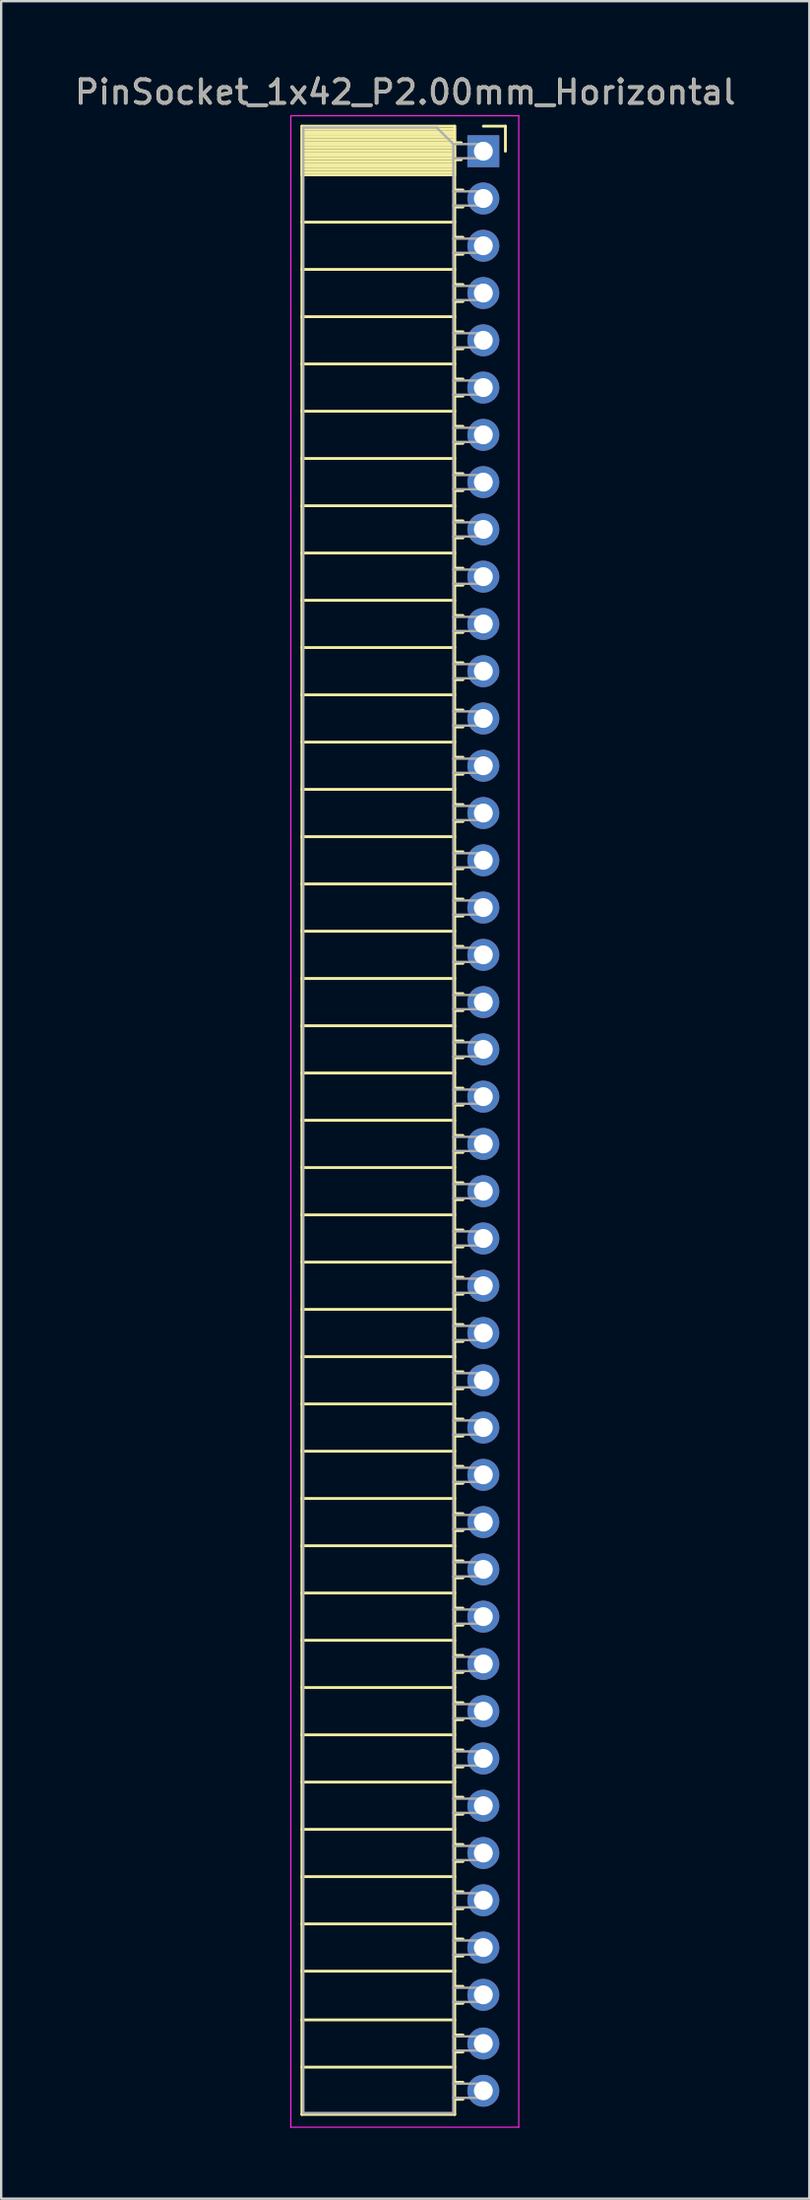
<source format=kicad_pcb>
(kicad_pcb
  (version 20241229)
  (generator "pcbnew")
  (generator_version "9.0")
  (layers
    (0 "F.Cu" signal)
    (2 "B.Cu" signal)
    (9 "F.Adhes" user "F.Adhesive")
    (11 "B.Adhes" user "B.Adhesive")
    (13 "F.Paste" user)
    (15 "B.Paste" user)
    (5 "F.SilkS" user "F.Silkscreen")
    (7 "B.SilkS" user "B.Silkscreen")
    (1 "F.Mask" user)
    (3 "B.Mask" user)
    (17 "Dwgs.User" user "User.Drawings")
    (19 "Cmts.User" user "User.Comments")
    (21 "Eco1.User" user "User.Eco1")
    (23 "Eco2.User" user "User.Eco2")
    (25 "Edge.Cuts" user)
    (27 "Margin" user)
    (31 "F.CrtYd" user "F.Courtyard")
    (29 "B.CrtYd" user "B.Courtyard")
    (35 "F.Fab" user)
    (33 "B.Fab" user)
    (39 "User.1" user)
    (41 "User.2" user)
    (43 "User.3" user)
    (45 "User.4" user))
  (footprint "PinSocket_1x42_P2.00mm_Horizontal"
    (layer "F.Cu")
    (at 17.411 3.348)
    (property "Reference" "PinSocket_1x42_P2.00mm_Horizontal" (at -3.31 -2.5 0) (layer "F.SilkS") (effects (font (size 1 1) (thickness 0.15))))
    (attr through_hole)
    (fp_line (start -7.68 -1.06) (end -7.68 83.06) (stroke (width 0.12) (type solid)) (layer "F.SilkS"))
    (fp_line (start -7.68 -1.06) (end -1.21 -1.06) (stroke (width 0.12) (type solid)) (layer "F.SilkS"))
    (fp_line (start -7.68 -0.94) (end -1.21 -0.94) (stroke (width 0.12) (type solid)) (layer "F.SilkS"))
    (fp_line (start -7.68 -0.826) (end -1.21 -0.826) (stroke (width 0.12) (type solid)) (layer "F.SilkS"))
    (fp_line (start -7.68 -0.712) (end -1.21 -0.712) (stroke (width 0.12) (type solid)) (layer "F.SilkS"))
    (fp_line (start -7.68 -0.598) (end -1.21 -0.598) (stroke (width 0.12) (type solid)) (layer "F.SilkS"))
    (fp_line (start -7.68 -0.484) (end -1.21 -0.484) (stroke (width 0.12) (type solid)) (layer "F.SilkS"))
    (fp_line (start -7.68 -0.369) (end -1.21 -0.369) (stroke (width 0.12) (type solid)) (layer "F.SilkS"))
    (fp_line (start -7.68 -0.255) (end -1.21 -0.255) (stroke (width 0.12) (type solid)) (layer "F.SilkS"))
    (fp_line (start -7.68 -0.141) (end -1.21 -0.141) (stroke (width 0.12) (type solid)) (layer "F.SilkS"))
    (fp_line (start -7.68 -0.027) (end -1.21 -0.027) (stroke (width 0.12) (type solid)) (layer "F.SilkS"))
    (fp_line (start -7.68 0.087) (end -1.21 0.087) (stroke (width 0.12) (type solid)) (layer "F.SilkS"))
    (fp_line (start -7.68 0.201) (end -1.21 0.201) (stroke (width 0.12) (type solid)) (layer "F.SilkS"))
    (fp_line (start -7.68 0.315) (end -1.21 0.315) (stroke (width 0.12) (type solid)) (layer "F.SilkS"))
    (fp_line (start -7.68 0.429) (end -1.21 0.429) (stroke (width 0.12) (type solid)) (layer "F.SilkS"))
    (fp_line (start -7.68 0.544) (end -1.21 0.544) (stroke (width 0.12) (type solid)) (layer "F.SilkS"))
    (fp_line (start -7.68 0.658) (end -1.21 0.658) (stroke (width 0.12) (type solid)) (layer "F.SilkS"))
    (fp_line (start -7.68 0.772) (end -1.21 0.772) (stroke (width 0.12) (type solid)) (layer "F.SilkS"))
    (fp_line (start -7.68 0.886) (end -1.21 0.886) (stroke (width 0.12) (type solid)) (layer "F.SilkS"))
    (fp_line (start -7.68 1) (end -1.21 1) (stroke (width 0.12) (type solid)) (layer "F.SilkS"))
    (fp_line (start -7.68 3) (end -1.21 3) (stroke (width 0.12) (type solid)) (layer "F.SilkS"))
    (fp_line (start -7.68 5) (end -1.21 5) (stroke (width 0.12) (type solid)) (layer "F.SilkS"))
    (fp_line (start -7.68 7) (end -1.21 7) (stroke (width 0.12) (type solid)) (layer "F.SilkS"))
    (fp_line (start -7.68 9) (end -1.21 9) (stroke (width 0.12) (type solid)) (layer "F.SilkS"))
    (fp_line (start -7.68 11) (end -1.21 11) (stroke (width 0.12) (type solid)) (layer "F.SilkS"))
    (fp_line (start -7.68 13) (end -1.21 13) (stroke (width 0.12) (type solid)) (layer "F.SilkS"))
    (fp_line (start -7.68 15) (end -1.21 15) (stroke (width 0.12) (type solid)) (layer "F.SilkS"))
    (fp_line (start -7.68 17) (end -1.21 17) (stroke (width 0.12) (type solid)) (layer "F.SilkS"))
    (fp_line (start -7.68 19) (end -1.21 19) (stroke (width 0.12) (type solid)) (layer "F.SilkS"))
    (fp_line (start -7.68 21) (end -1.21 21) (stroke (width 0.12) (type solid)) (layer "F.SilkS"))
    (fp_line (start -7.68 23) (end -1.21 23) (stroke (width 0.12) (type solid)) (layer "F.SilkS"))
    (fp_line (start -7.68 25) (end -1.21 25) (stroke (width 0.12) (type solid)) (layer "F.SilkS"))
    (fp_line (start -7.68 27) (end -1.21 27) (stroke (width 0.12) (type solid)) (layer "F.SilkS"))
    (fp_line (start -7.68 29) (end -1.21 29) (stroke (width 0.12) (type solid)) (layer "F.SilkS"))
    (fp_line (start -7.68 31) (end -1.21 31) (stroke (width 0.12) (type solid)) (layer "F.SilkS"))
    (fp_line (start -7.68 33) (end -1.21 33) (stroke (width 0.12) (type solid)) (layer "F.SilkS"))
    (fp_line (start -7.68 35) (end -1.21 35) (stroke (width 0.12) (type solid)) (layer "F.SilkS"))
    (fp_line (start -7.68 37) (end -1.21 37) (stroke (width 0.12) (type solid)) (layer "F.SilkS"))
    (fp_line (start -7.68 39) (end -1.21 39) (stroke (width 0.12) (type solid)) (layer "F.SilkS"))
    (fp_line (start -7.68 41) (end -1.21 41) (stroke (width 0.12) (type solid)) (layer "F.SilkS"))
    (fp_line (start -7.68 43) (end -1.21 43) (stroke (width 0.12) (type solid)) (layer "F.SilkS"))
    (fp_line (start -7.68 45) (end -1.21 45) (stroke (width 0.12) (type solid)) (layer "F.SilkS"))
    (fp_line (start -7.68 47) (end -1.21 47) (stroke (width 0.12) (type solid)) (layer "F.SilkS"))
    (fp_line (start -7.68 49) (end -1.21 49) (stroke (width 0.12) (type solid)) (layer "F.SilkS"))
    (fp_line (start -7.68 51) (end -1.21 51) (stroke (width 0.12) (type solid)) (layer "F.SilkS"))
    (fp_line (start -7.68 53) (end -1.21 53) (stroke (width 0.12) (type solid)) (layer "F.SilkS"))
    (fp_line (start -7.68 55) (end -1.21 55) (stroke (width 0.12) (type solid)) (layer "F.SilkS"))
    (fp_line (start -7.68 57) (end -1.21 57) (stroke (width 0.12) (type solid)) (layer "F.SilkS"))
    (fp_line (start -7.68 59) (end -1.21 59) (stroke (width 0.12) (type solid)) (layer "F.SilkS"))
    (fp_line (start -7.68 61) (end -1.21 61) (stroke (width 0.12) (type solid)) (layer "F.SilkS"))
    (fp_line (start -7.68 63) (end -1.21 63) (stroke (width 0.12) (type solid)) (layer "F.SilkS"))
    (fp_line (start -7.68 65) (end -1.21 65) (stroke (width 0.12) (type solid)) (layer "F.SilkS"))
    (fp_line (start -7.68 67) (end -1.21 67) (stroke (width 0.12) (type solid)) (layer "F.SilkS"))
    (fp_line (start -7.68 69) (end -1.21 69) (stroke (width 0.12) (type solid)) (layer "F.SilkS"))
    (fp_line (start -7.68 71) (end -1.21 71) (stroke (width 0.12) (type solid)) (layer "F.SilkS"))
    (fp_line (start -7.68 73) (end -1.21 73) (stroke (width 0.12) (type solid)) (layer "F.SilkS"))
    (fp_line (start -7.68 75) (end -1.21 75) (stroke (width 0.12) (type solid)) (layer "F.SilkS"))
    (fp_line (start -7.68 77) (end -1.21 77) (stroke (width 0.12) (type solid)) (layer "F.SilkS"))
    (fp_line (start -7.68 79.06) (end -1.21 79.06) (stroke (width 0.12) (type solid)) (layer "F.SilkS"))
    (fp_line (start -7.68 81.06) (end -1.21 81.06) (stroke (width 0.12) (type solid)) (layer "F.SilkS"))
    (fp_line (start -7.68 83.06) (end -1.21 83.06) (stroke (width 0.12) (type solid)) (layer "F.SilkS"))
    (fp_line (start -1.21 -1.06) (end -1.21 83.06) (stroke (width 0.12) (type solid)) (layer "F.SilkS"))
    (fp_line (start -1.21 -0.36) (end -0.935 -0.36) (stroke (width 0.12) (type solid)) (layer "F.SilkS"))
    (fp_line (start -1.21 0.36) (end -0.935 0.36) (stroke (width 0.12) (type solid)) (layer "F.SilkS"))
    (fp_line (start -1.21 1.64) (end -0.863 1.64) (stroke (width 0.12) (type solid)) (layer "F.SilkS"))
    (fp_line (start -1.21 2.36) (end -0.863 2.36) (stroke (width 0.12) (type solid)) (layer "F.SilkS"))
    (fp_line (start -1.21 3.64) (end -0.863 3.64) (stroke (width 0.12) (type solid)) (layer "F.SilkS"))
    (fp_line (start -1.21 4.36) (end -0.863 4.36) (stroke (width 0.12) (type solid)) (layer "F.SilkS"))
    (fp_line (start -1.21 5.64) (end -0.863 5.64) (stroke (width 0.12) (type solid)) (layer "F.SilkS"))
    (fp_line (start -1.21 6.36) (end -0.863 6.36) (stroke (width 0.12) (type solid)) (layer "F.SilkS"))
    (fp_line (start -1.21 7.64) (end -0.863 7.64) (stroke (width 0.12) (type solid)) (layer "F.SilkS"))
    (fp_line (start -1.21 8.36) (end -0.863 8.36) (stroke (width 0.12) (type solid)) (layer "F.SilkS"))
    (fp_line (start -1.21 9.64) (end -0.863 9.64) (stroke (width 0.12) (type solid)) (layer "F.SilkS"))
    (fp_line (start -1.21 10.36) (end -0.863 10.36) (stroke (width 0.12) (type solid)) (layer "F.SilkS"))
    (fp_line (start -1.21 11.64) (end -0.863 11.64) (stroke (width 0.12) (type solid)) (layer "F.SilkS"))
    (fp_line (start -1.21 12.36) (end -0.863 12.36) (stroke (width 0.12) (type solid)) (layer "F.SilkS"))
    (fp_line (start -1.21 13.64) (end -0.863 13.64) (stroke (width 0.12) (type solid)) (layer "F.SilkS"))
    (fp_line (start -1.21 14.36) (end -0.863 14.36) (stroke (width 0.12) (type solid)) (layer "F.SilkS"))
    (fp_line (start -1.21 15.64) (end -0.863 15.64) (stroke (width 0.12) (type solid)) (layer "F.SilkS"))
    (fp_line (start -1.21 16.36) (end -0.863 16.36) (stroke (width 0.12) (type solid)) (layer "F.SilkS"))
    (fp_line (start -1.21 17.64) (end -0.863 17.64) (stroke (width 0.12) (type solid)) (layer "F.SilkS"))
    (fp_line (start -1.21 18.36) (end -0.863 18.36) (stroke (width 0.12) (type solid)) (layer "F.SilkS"))
    (fp_line (start -1.21 19.64) (end -0.863 19.64) (stroke (width 0.12) (type solid)) (layer "F.SilkS"))
    (fp_line (start -1.21 20.36) (end -0.863 20.36) (stroke (width 0.12) (type solid)) (layer "F.SilkS"))
    (fp_line (start -1.21 21.64) (end -0.863 21.64) (stroke (width 0.12) (type solid)) (layer "F.SilkS"))
    (fp_line (start -1.21 22.36) (end -0.863 22.36) (stroke (width 0.12) (type solid)) (layer "F.SilkS"))
    (fp_line (start -1.21 23.64) (end -0.863 23.64) (stroke (width 0.12) (type solid)) (layer "F.SilkS"))
    (fp_line (start -1.21 24.36) (end -0.863 24.36) (stroke (width 0.12) (type solid)) (layer "F.SilkS"))
    (fp_line (start -1.21 25.64) (end -0.863 25.64) (stroke (width 0.12) (type solid)) (layer "F.SilkS"))
    (fp_line (start -1.21 26.36) (end -0.863 26.36) (stroke (width 0.12) (type solid)) (layer "F.SilkS"))
    (fp_line (start -1.21 27.64) (end -0.863 27.64) (stroke (width 0.12) (type solid)) (layer "F.SilkS"))
    (fp_line (start -1.21 28.36) (end -0.863 28.36) (stroke (width 0.12) (type solid)) (layer "F.SilkS"))
    (fp_line (start -1.21 29.64) (end -0.863 29.64) (stroke (width 0.12) (type solid)) (layer "F.SilkS"))
    (fp_line (start -1.21 30.36) (end -0.863 30.36) (stroke (width 0.12) (type solid)) (layer "F.SilkS"))
    (fp_line (start -1.21 31.64) (end -0.863 31.64) (stroke (width 0.12) (type solid)) (layer "F.SilkS"))
    (fp_line (start -1.21 32.36) (end -0.863 32.36) (stroke (width 0.12) (type solid)) (layer "F.SilkS"))
    (fp_line (start -1.21 33.64) (end -0.863 33.64) (stroke (width 0.12) (type solid)) (layer "F.SilkS"))
    (fp_line (start -1.21 34.36) (end -0.863 34.36) (stroke (width 0.12) (type solid)) (layer "F.SilkS"))
    (fp_line (start -1.21 35.64) (end -0.863 35.64) (stroke (width 0.12) (type solid)) (layer "F.SilkS"))
    (fp_line (start -1.21 36.36) (end -0.863 36.36) (stroke (width 0.12) (type solid)) (layer "F.SilkS"))
    (fp_line (start -1.21 37.64) (end -0.863 37.64) (stroke (width 0.12) (type solid)) (layer "F.SilkS"))
    (fp_line (start -1.21 38.36) (end -0.863 38.36) (stroke (width 0.12) (type solid)) (layer "F.SilkS"))
    (fp_line (start -1.21 39.64) (end -0.863 39.64) (stroke (width 0.12) (type solid)) (layer "F.SilkS"))
    (fp_line (start -1.21 40.36) (end -0.863 40.36) (stroke (width 0.12) (type solid)) (layer "F.SilkS"))
    (fp_line (start -1.21 41.64) (end -0.863 41.64) (stroke (width 0.12) (type solid)) (layer "F.SilkS"))
    (fp_line (start -1.21 42.36) (end -0.863 42.36) (stroke (width 0.12) (type solid)) (layer "F.SilkS"))
    (fp_line (start -1.21 43.64) (end -0.863 43.64) (stroke (width 0.12) (type solid)) (layer "F.SilkS"))
    (fp_line (start -1.21 44.36) (end -0.863 44.36) (stroke (width 0.12) (type solid)) (layer "F.SilkS"))
    (fp_line (start -1.21 45.64) (end -0.863 45.64) (stroke (width 0.12) (type solid)) (layer "F.SilkS"))
    (fp_line (start -1.21 46.36) (end -0.863 46.36) (stroke (width 0.12) (type solid)) (layer "F.SilkS"))
    (fp_line (start -1.21 47.64) (end -0.863 47.64) (stroke (width 0.12) (type solid)) (layer "F.SilkS"))
    (fp_line (start -1.21 48.36) (end -0.863 48.36) (stroke (width 0.12) (type solid)) (layer "F.SilkS"))
    (fp_line (start -1.21 49.64) (end -0.863 49.64) (stroke (width 0.12) (type solid)) (layer "F.SilkS"))
    (fp_line (start -1.21 50.36) (end -0.863 50.36) (stroke (width 0.12) (type solid)) (layer "F.SilkS"))
    (fp_line (start -1.21 51.64) (end -0.863 51.64) (stroke (width 0.12) (type solid)) (layer "F.SilkS"))
    (fp_line (start -1.21 52.36) (end -0.863 52.36) (stroke (width 0.12) (type solid)) (layer "F.SilkS"))
    (fp_line (start -1.21 53.64) (end -0.863 53.64) (stroke (width 0.12) (type solid)) (layer "F.SilkS"))
    (fp_line (start -1.21 54.36) (end -0.863 54.36) (stroke (width 0.12) (type solid)) (layer "F.SilkS"))
    (fp_line (start -1.21 55.64) (end -0.863 55.64) (stroke (width 0.12) (type solid)) (layer "F.SilkS"))
    (fp_line (start -1.21 56.36) (end -0.863 56.36) (stroke (width 0.12) (type solid)) (layer "F.SilkS"))
    (fp_line (start -1.21 57.64) (end -0.863 57.64) (stroke (width 0.12) (type solid)) (layer "F.SilkS"))
    (fp_line (start -1.21 58.36) (end -0.863 58.36) (stroke (width 0.12) (type solid)) (layer "F.SilkS"))
    (fp_line (start -1.21 59.64) (end -0.863 59.64) (stroke (width 0.12) (type solid)) (layer "F.SilkS"))
    (fp_line (start -1.21 60.36) (end -0.863 60.36) (stroke (width 0.12) (type solid)) (layer "F.SilkS"))
    (fp_line (start -1.21 61.64) (end -0.863 61.64) (stroke (width 0.12) (type solid)) (layer "F.SilkS"))
    (fp_line (start -1.21 62.36) (end -0.863 62.36) (stroke (width 0.12) (type solid)) (layer "F.SilkS"))
    (fp_line (start -1.21 63.64) (end -0.863 63.64) (stroke (width 0.12) (type solid)) (layer "F.SilkS"))
    (fp_line (start -1.21 64.36) (end -0.863 64.36) (stroke (width 0.12) (type solid)) (layer "F.SilkS"))
    (fp_line (start -1.21 65.64) (end -0.863 65.64) (stroke (width 0.12) (type solid)) (layer "F.SilkS"))
    (fp_line (start -1.21 66.36) (end -0.863 66.36) (stroke (width 0.12) (type solid)) (layer "F.SilkS"))
    (fp_line (start -1.21 67.64) (end -0.863 67.64) (stroke (width 0.12) (type solid)) (layer "F.SilkS"))
    (fp_line (start -1.21 68.36) (end -0.863 68.36) (stroke (width 0.12) (type solid)) (layer "F.SilkS"))
    (fp_line (start -1.21 69.64) (end -0.863 69.64) (stroke (width 0.12) (type solid)) (layer "F.SilkS"))
    (fp_line (start -1.21 70.36) (end -0.863 70.36) (stroke (width 0.12) (type solid)) (layer "F.SilkS"))
    (fp_line (start -1.21 71.64) (end -0.863 71.64) (stroke (width 0.12) (type solid)) (layer "F.SilkS"))
    (fp_line (start -1.21 72.36) (end -0.863 72.36) (stroke (width 0.12) (type solid)) (layer "F.SilkS"))
    (fp_line (start -1.21 73.64) (end -0.863 73.64) (stroke (width 0.12) (type solid)) (layer "F.SilkS"))
    (fp_line (start -1.21 74.36) (end -0.863 74.36) (stroke (width 0.12) (type solid)) (layer "F.SilkS"))
    (fp_line (start -1.21 75.64) (end -0.863 75.64) (stroke (width 0.12) (type solid)) (layer "F.SilkS"))
    (fp_line (start -1.21 76.36) (end -0.863 76.36) (stroke (width 0.12) (type solid)) (layer "F.SilkS"))
    (fp_line (start -1.21 77.64) (end -0.863 77.64) (stroke (width 0.12) (type solid)) (layer "F.SilkS"))
    (fp_line (start -1.21 78.36) (end -0.863 78.36) (stroke (width 0.12) (type solid)) (layer "F.SilkS"))
    (fp_line (start -1.21 79.7) (end -0.863 79.7) (stroke (width 0.12) (type solid)) (layer "F.SilkS"))
    (fp_line (start -1.21 80.42) (end -0.863 80.42) (stroke (width 0.12) (type solid)) (layer "F.SilkS"))
    (fp_line (start -1.21 81.7) (end -0.863 81.7) (stroke (width 0.12) (type solid)) (layer "F.SilkS"))
    (fp_line (start -1.21 82.42) (end -0.863 82.42) (stroke (width 0.12) (type solid)) (layer "F.SilkS"))
    (fp_line (start 0 -1.06) (end 0.935 -1.06) (stroke (width 0.12) (type solid)) (layer "F.SilkS"))
    (fp_line (start 0.935 -1.06) (end 0.935 0) (stroke (width 0.12) (type solid)) (layer "F.SilkS"))
    (fp_line (start -8.15 -1.5) (end -8.15 83.6) (stroke (width 0.05) (type solid)) (layer "F.CrtYd"))
    (fp_line (start -8.15 83.6) (end 1.5 83.6) (stroke (width 0.05) (type solid)) (layer "F.CrtYd"))
    (fp_line (start 1.5 -1.5) (end -8.15 -1.5) (stroke (width 0.05) (type solid)) (layer "F.CrtYd"))
    (fp_line (start 1.5 83.6) (end 1.5 -1.5) (stroke (width 0.05) (type solid)) (layer "F.CrtYd"))
    (fp_line (start -7.62 -1) (end -1.97 -1) (stroke (width 0.1) (type solid)) (layer "F.Fab"))
    (fp_line (start -7.62 83) (end -7.62 -1) (stroke (width 0.1) (type solid)) (layer "F.Fab"))
    (fp_line (start -1.97 -1) (end -1.27 -0.3) (stroke (width 0.1) (type solid)) (layer "F.Fab"))
    (fp_line (start -1.27 -0.3) (end -1.27 83) (stroke (width 0.1) (type solid)) (layer "F.Fab"))
    (fp_line (start -1.27 0.3) (end 0 0.3) (stroke (width 0.1) (type solid)) (layer "F.Fab"))
    (fp_line (start -1.27 2.3) (end 0 2.3) (stroke (width 0.1) (type solid)) (layer "F.Fab"))
    (fp_line (start -1.27 4.3) (end 0 4.3) (stroke (width 0.1) (type solid)) (layer "F.Fab"))
    (fp_line (start -1.27 6.3) (end 0 6.3) (stroke (width 0.1) (type solid)) (layer "F.Fab"))
    (fp_line (start -1.27 8.3) (end 0 8.3) (stroke (width 0.1) (type solid)) (layer "F.Fab"))
    (fp_line (start -1.27 10.3) (end 0 10.3) (stroke (width 0.1) (type solid)) (layer "F.Fab"))
    (fp_line (start -1.27 12.3) (end 0 12.3) (stroke (width 0.1) (type solid)) (layer "F.Fab"))
    (fp_line (start -1.27 14.3) (end 0 14.3) (stroke (width 0.1) (type solid)) (layer "F.Fab"))
    (fp_line (start -1.27 16.3) (end 0 16.3) (stroke (width 0.1) (type solid)) (layer "F.Fab"))
    (fp_line (start -1.27 18.3) (end 0 18.3) (stroke (width 0.1) (type solid)) (layer "F.Fab"))
    (fp_line (start -1.27 20.3) (end 0 20.3) (stroke (width 0.1) (type solid)) (layer "F.Fab"))
    (fp_line (start -1.27 22.3) (end 0 22.3) (stroke (width 0.1) (type solid)) (layer "F.Fab"))
    (fp_line (start -1.27 24.3) (end 0 24.3) (stroke (width 0.1) (type solid)) (layer "F.Fab"))
    (fp_line (start -1.27 26.3) (end 0 26.3) (stroke (width 0.1) (type solid)) (layer "F.Fab"))
    (fp_line (start -1.27 28.3) (end 0 28.3) (stroke (width 0.1) (type solid)) (layer "F.Fab"))
    (fp_line (start -1.27 30.3) (end 0 30.3) (stroke (width 0.1) (type solid)) (layer "F.Fab"))
    (fp_line (start -1.27 32.3) (end 0 32.3) (stroke (width 0.1) (type solid)) (layer "F.Fab"))
    (fp_line (start -1.27 34.3) (end 0 34.3) (stroke (width 0.1) (type solid)) (layer "F.Fab"))
    (fp_line (start -1.27 36.3) (end 0 36.3) (stroke (width 0.1) (type solid)) (layer "F.Fab"))
    (fp_line (start -1.27 38.3) (end 0 38.3) (stroke (width 0.1) (type solid)) (layer "F.Fab"))
    (fp_line (start -1.27 40.3) (end 0 40.3) (stroke (width 0.1) (type solid)) (layer "F.Fab"))
    (fp_line (start -1.27 42.3) (end 0 42.3) (stroke (width 0.1) (type solid)) (layer "F.Fab"))
    (fp_line (start -1.27 44.3) (end 0 44.3) (stroke (width 0.1) (type solid)) (layer "F.Fab"))
    (fp_line (start -1.27 46.3) (end 0 46.3) (stroke (width 0.1) (type solid)) (layer "F.Fab"))
    (fp_line (start -1.27 48.3) (end 0 48.3) (stroke (width 0.1) (type solid)) (layer "F.Fab"))
    (fp_line (start -1.27 50.3) (end 0 50.3) (stroke (width 0.1) (type solid)) (layer "F.Fab"))
    (fp_line (start -1.27 52.3) (end 0 52.3) (stroke (width 0.1) (type solid)) (layer "F.Fab"))
    (fp_line (start -1.27 54.3) (end 0 54.3) (stroke (width 0.1) (type solid)) (layer "F.Fab"))
    (fp_line (start -1.27 56.3) (end 0 56.3) (stroke (width 0.1) (type solid)) (layer "F.Fab"))
    (fp_line (start -1.27 58.3) (end 0 58.3) (stroke (width 0.1) (type solid)) (layer "F.Fab"))
    (fp_line (start -1.27 60.3) (end 0 60.3) (stroke (width 0.1) (type solid)) (layer "F.Fab"))
    (fp_line (start -1.27 62.3) (end 0 62.3) (stroke (width 0.1) (type solid)) (layer "F.Fab"))
    (fp_line (start -1.27 64.3) (end 0 64.3) (stroke (width 0.1) (type solid)) (layer "F.Fab"))
    (fp_line (start -1.27 66.3) (end 0 66.3) (stroke (width 0.1) (type solid)) (layer "F.Fab"))
    (fp_line (start -1.27 68.3) (end 0 68.3) (stroke (width 0.1) (type solid)) (layer "F.Fab"))
    (fp_line (start -1.27 70.3) (end 0 70.3) (stroke (width 0.1) (type solid)) (layer "F.Fab"))
    (fp_line (start -1.27 72.3) (end 0 72.3) (stroke (width 0.1) (type solid)) (layer "F.Fab"))
    (fp_line (start -1.27 74.3) (end 0 74.3) (stroke (width 0.1) (type solid)) (layer "F.Fab"))
    (fp_line (start -1.27 76.3) (end 0 76.3) (stroke (width 0.1) (type solid)) (layer "F.Fab"))
    (fp_line (start -1.27 78.3) (end 0 78.3) (stroke (width 0.1) (type solid)) (layer "F.Fab"))
    (fp_line (start -1.27 80.36) (end 0 80.36) (stroke (width 0.1) (type solid)) (layer "F.Fab"))
    (fp_line (start -1.27 82.36) (end 0 82.36) (stroke (width 0.1) (type solid)) (layer "F.Fab"))
    (fp_line (start -1.27 83) (end -7.62 83) (stroke (width 0.1) (type solid)) (layer "F.Fab"))
    (fp_line (start 0 -0.3) (end -1.27 -0.3) (stroke (width 0.1) (type solid)) (layer "F.Fab"))
    (fp_line (start 0 0.3) (end 0 -0.3) (stroke (width 0.1) (type solid)) (layer "F.Fab"))
    (fp_line (start 0 1.7) (end -1.27 1.7) (stroke (width 0.1) (type solid)) (layer "F.Fab"))
    (fp_line (start 0 2.3) (end 0 1.7) (stroke (width 0.1) (type solid)) (layer "F.Fab"))
    (fp_line (start 0 3.7) (end -1.27 3.7) (stroke (width 0.1) (type solid)) (layer "F.Fab"))
    (fp_line (start 0 4.3) (end 0 3.7) (stroke (width 0.1) (type solid)) (layer "F.Fab"))
    (fp_line (start 0 5.7) (end -1.27 5.7) (stroke (width 0.1) (type solid)) (layer "F.Fab"))
    (fp_line (start 0 6.3) (end 0 5.7) (stroke (width 0.1) (type solid)) (layer "F.Fab"))
    (fp_line (start 0 7.7) (end -1.27 7.7) (stroke (width 0.1) (type solid)) (layer "F.Fab"))
    (fp_line (start 0 8.3) (end 0 7.7) (stroke (width 0.1) (type solid)) (layer "F.Fab"))
    (fp_line (start 0 9.7) (end -1.27 9.7) (stroke (width 0.1) (type solid)) (layer "F.Fab"))
    (fp_line (start 0 10.3) (end 0 9.7) (stroke (width 0.1) (type solid)) (layer "F.Fab"))
    (fp_line (start 0 11.7) (end -1.27 11.7) (stroke (width 0.1) (type solid)) (layer "F.Fab"))
    (fp_line (start 0 12.3) (end 0 11.7) (stroke (width 0.1) (type solid)) (layer "F.Fab"))
    (fp_line (start 0 13.7) (end -1.27 13.7) (stroke (width 0.1) (type solid)) (layer "F.Fab"))
    (fp_line (start 0 14.3) (end 0 13.7) (stroke (width 0.1) (type solid)) (layer "F.Fab"))
    (fp_line (start 0 15.7) (end -1.27 15.7) (stroke (width 0.1) (type solid)) (layer "F.Fab"))
    (fp_line (start 0 16.3) (end 0 15.7) (stroke (width 0.1) (type solid)) (layer "F.Fab"))
    (fp_line (start 0 17.7) (end -1.27 17.7) (stroke (width 0.1) (type solid)) (layer "F.Fab"))
    (fp_line (start 0 18.3) (end 0 17.7) (stroke (width 0.1) (type solid)) (layer "F.Fab"))
    (fp_line (start 0 19.7) (end -1.27 19.7) (stroke (width 0.1) (type solid)) (layer "F.Fab"))
    (fp_line (start 0 20.3) (end 0 19.7) (stroke (width 0.1) (type solid)) (layer "F.Fab"))
    (fp_line (start 0 21.7) (end -1.27 21.7) (stroke (width 0.1) (type solid)) (layer "F.Fab"))
    (fp_line (start 0 22.3) (end 0 21.7) (stroke (width 0.1) (type solid)) (layer "F.Fab"))
    (fp_line (start 0 23.7) (end -1.27 23.7) (stroke (width 0.1) (type solid)) (layer "F.Fab"))
    (fp_line (start 0 24.3) (end 0 23.7) (stroke (width 0.1) (type solid)) (layer "F.Fab"))
    (fp_line (start 0 25.7) (end -1.27 25.7) (stroke (width 0.1) (type solid)) (layer "F.Fab"))
    (fp_line (start 0 26.3) (end 0 25.7) (stroke (width 0.1) (type solid)) (layer "F.Fab"))
    (fp_line (start 0 27.7) (end -1.27 27.7) (stroke (width 0.1) (type solid)) (layer "F.Fab"))
    (fp_line (start 0 28.3) (end 0 27.7) (stroke (width 0.1) (type solid)) (layer "F.Fab"))
    (fp_line (start 0 29.7) (end -1.27 29.7) (stroke (width 0.1) (type solid)) (layer "F.Fab"))
    (fp_line (start 0 30.3) (end 0 29.7) (stroke (width 0.1) (type solid)) (layer "F.Fab"))
    (fp_line (start 0 31.7) (end -1.27 31.7) (stroke (width 0.1) (type solid)) (layer "F.Fab"))
    (fp_line (start 0 32.3) (end 0 31.7) (stroke (width 0.1) (type solid)) (layer "F.Fab"))
    (fp_line (start 0 33.7) (end -1.27 33.7) (stroke (width 0.1) (type solid)) (layer "F.Fab"))
    (fp_line (start 0 34.3) (end 0 33.7) (stroke (width 0.1) (type solid)) (layer "F.Fab"))
    (fp_line (start 0 35.7) (end -1.27 35.7) (stroke (width 0.1) (type solid)) (layer "F.Fab"))
    (fp_line (start 0 36.3) (end 0 35.7) (stroke (width 0.1) (type solid)) (layer "F.Fab"))
    (fp_line (start 0 37.7) (end -1.27 37.7) (stroke (width 0.1) (type solid)) (layer "F.Fab"))
    (fp_line (start 0 38.3) (end 0 37.7) (stroke (width 0.1) (type solid)) (layer "F.Fab"))
    (fp_line (start 0 39.7) (end -1.27 39.7) (stroke (width 0.1) (type solid)) (layer "F.Fab"))
    (fp_line (start 0 40.3) (end 0 39.7) (stroke (width 0.1) (type solid)) (layer "F.Fab"))
    (fp_line (start 0 41.7) (end -1.27 41.7) (stroke (width 0.1) (type solid)) (layer "F.Fab"))
    (fp_line (start 0 42.3) (end 0 41.7) (stroke (width 0.1) (type solid)) (layer "F.Fab"))
    (fp_line (start 0 43.7) (end -1.27 43.7) (stroke (width 0.1) (type solid)) (layer "F.Fab"))
    (fp_line (start 0 44.3) (end 0 43.7) (stroke (width 0.1) (type solid)) (layer "F.Fab"))
    (fp_line (start 0 45.7) (end -1.27 45.7) (stroke (width 0.1) (type solid)) (layer "F.Fab"))
    (fp_line (start 0 46.3) (end 0 45.7) (stroke (width 0.1) (type solid)) (layer "F.Fab"))
    (fp_line (start 0 47.7) (end -1.27 47.7) (stroke (width 0.1) (type solid)) (layer "F.Fab"))
    (fp_line (start 0 48.3) (end 0 47.7) (stroke (width 0.1) (type solid)) (layer "F.Fab"))
    (fp_line (start 0 49.7) (end -1.27 49.7) (stroke (width 0.1) (type solid)) (layer "F.Fab"))
    (fp_line (start 0 50.3) (end 0 49.7) (stroke (width 0.1) (type solid)) (layer "F.Fab"))
    (fp_line (start 0 51.7) (end -1.27 51.7) (stroke (width 0.1) (type solid)) (layer "F.Fab"))
    (fp_line (start 0 52.3) (end 0 51.7) (stroke (width 0.1) (type solid)) (layer "F.Fab"))
    (fp_line (start 0 53.7) (end -1.27 53.7) (stroke (width 0.1) (type solid)) (layer "F.Fab"))
    (fp_line (start 0 54.3) (end 0 53.7) (stroke (width 0.1) (type solid)) (layer "F.Fab"))
    (fp_line (start 0 55.7) (end -1.27 55.7) (stroke (width 0.1) (type solid)) (layer "F.Fab"))
    (fp_line (start 0 56.3) (end 0 55.7) (stroke (width 0.1) (type solid)) (layer "F.Fab"))
    (fp_line (start 0 57.7) (end -1.27 57.7) (stroke (width 0.1) (type solid)) (layer "F.Fab"))
    (fp_line (start 0 58.3) (end 0 57.7) (stroke (width 0.1) (type solid)) (layer "F.Fab"))
    (fp_line (start 0 59.7) (end -1.27 59.7) (stroke (width 0.1) (type solid)) (layer "F.Fab"))
    (fp_line (start 0 60.3) (end 0 59.7) (stroke (width 0.1) (type solid)) (layer "F.Fab"))
    (fp_line (start 0 61.7) (end -1.27 61.7) (stroke (width 0.1) (type solid)) (layer "F.Fab"))
    (fp_line (start 0 62.3) (end 0 61.7) (stroke (width 0.1) (type solid)) (layer "F.Fab"))
    (fp_line (start 0 63.7) (end -1.27 63.7) (stroke (width 0.1) (type solid)) (layer "F.Fab"))
    (fp_line (start 0 64.3) (end 0 63.7) (stroke (width 0.1) (type solid)) (layer "F.Fab"))
    (fp_line (start 0 65.7) (end -1.27 65.7) (stroke (width 0.1) (type solid)) (layer "F.Fab"))
    (fp_line (start 0 66.3) (end 0 65.7) (stroke (width 0.1) (type solid)) (layer "F.Fab"))
    (fp_line (start 0 67.7) (end -1.27 67.7) (stroke (width 0.1) (type solid)) (layer "F.Fab"))
    (fp_line (start 0 68.3) (end 0 67.7) (stroke (width 0.1) (type solid)) (layer "F.Fab"))
    (fp_line (start 0 69.7) (end -1.27 69.7) (stroke (width 0.1) (type solid)) (layer "F.Fab"))
    (fp_line (start 0 70.3) (end 0 69.7) (stroke (width 0.1) (type solid)) (layer "F.Fab"))
    (fp_line (start 0 71.7) (end -1.27 71.7) (stroke (width 0.1) (type solid)) (layer "F.Fab"))
    (fp_line (start 0 72.3) (end 0 71.7) (stroke (width 0.1) (type solid)) (layer "F.Fab"))
    (fp_line (start 0 73.7) (end -1.27 73.7) (stroke (width 0.1) (type solid)) (layer "F.Fab"))
    (fp_line (start 0 74.3) (end 0 73.7) (stroke (width 0.1) (type solid)) (layer "F.Fab"))
    (fp_line (start 0 75.7) (end -1.27 75.7) (stroke (width 0.1) (type solid)) (layer "F.Fab"))
    (fp_line (start 0 76.3) (end 0 75.7) (stroke (width 0.1) (type solid)) (layer "F.Fab"))
    (fp_line (start 0 77.7) (end -1.27 77.7) (stroke (width 0.1) (type solid)) (layer "F.Fab"))
    (fp_line (start 0 78.3) (end 0 77.7) (stroke (width 0.1) (type solid)) (layer "F.Fab"))
    (fp_line (start 0 79.76) (end -1.27 79.76) (stroke (width 0.1) (type solid)) (layer "F.Fab"))
    (fp_line (start 0 80.36) (end 0 79.76) (stroke (width 0.1) (type solid)) (layer "F.Fab"))
    (fp_line (start 0 81.76) (end -1.27 81.76) (stroke (width 0.1) (type solid)) (layer "F.Fab"))
    (fp_line (start 0 82.36) (end 0 81.76) (stroke (width 0.1) (type solid)) (layer "F.Fab"))
    (fp_text user "${REFERENCE}" (at -3.3 -2.5 180) (layer "F.Fab") (effects (font (size 1 1) (thickness 0.15))))
    (pad "1" thru_hole rect (at 0 0) (size 1.35 1.35) (drill 0.8) (layers "*.Cu" "*.Mask"))
    (pad "2" thru_hole oval (at 0 2) (size 1.35 1.35) (drill 0.8) (layers "*.Cu" "*.Mask"))
    (pad "3" thru_hole oval (at 0 4) (size 1.35 1.35) (drill 0.8) (layers "*.Cu" "*.Mask"))
    (pad "4" thru_hole oval (at 0 6) (size 1.35 1.35) (drill 0.8) (layers "*.Cu" "*.Mask"))
    (pad "5" thru_hole oval (at 0 8) (size 1.35 1.35) (drill 0.8) (layers "*.Cu" "*.Mask"))
    (pad "6" thru_hole oval (at 0 10) (size 1.35 1.35) (drill 0.8) (layers "*.Cu" "*.Mask"))
    (pad "7" thru_hole oval (at 0 12) (size 1.35 1.35) (drill 0.8) (layers "*.Cu" "*.Mask"))
    (pad "8" thru_hole oval (at 0 14) (size 1.35 1.35) (drill 0.8) (layers "*.Cu" "*.Mask"))
    (pad "9" thru_hole oval (at 0 16) (size 1.35 1.35) (drill 0.8) (layers "*.Cu" "*.Mask"))
    (pad "10" thru_hole oval (at 0 18) (size 1.35 1.35) (drill 0.8) (layers "*.Cu" "*.Mask"))
    (pad "11" thru_hole oval (at 0 20) (size 1.35 1.35) (drill 0.8) (layers "*.Cu" "*.Mask"))
    (pad "12" thru_hole oval (at 0 22) (size 1.35 1.35) (drill 0.8) (layers "*.Cu" "*.Mask"))
    (pad "13" thru_hole oval (at 0 24) (size 1.35 1.35) (drill 0.8) (layers "*.Cu" "*.Mask"))
    (pad "14" thru_hole oval (at 0 26) (size 1.35 1.35) (drill 0.8) (layers "*.Cu" "*.Mask"))
    (pad "15" thru_hole oval (at 0 28) (size 1.35 1.35) (drill 0.8) (layers "*.Cu" "*.Mask"))
    (pad "16" thru_hole oval (at 0 30) (size 1.35 1.35) (drill 0.8) (layers "*.Cu" "*.Mask"))
    (pad "17" thru_hole oval (at 0 32) (size 1.35 1.35) (drill 0.8) (layers "*.Cu" "*.Mask"))
    (pad "18" thru_hole oval (at 0 34) (size 1.35 1.35) (drill 0.8) (layers "*.Cu" "*.Mask"))
    (pad "19" thru_hole oval (at 0 36) (size 1.35 1.35) (drill 0.8) (layers "*.Cu" "*.Mask"))
    (pad "20" thru_hole oval (at 0 38) (size 1.35 1.35) (drill 0.8) (layers "*.Cu" "*.Mask"))
    (pad "21" thru_hole oval (at 0 40) (size 1.35 1.35) (drill 0.8) (layers "*.Cu" "*.Mask"))
    (pad "22" thru_hole oval (at 0 42) (size 1.35 1.35) (drill 0.8) (layers "*.Cu" "*.Mask"))
    (pad "23" thru_hole oval (at 0 44) (size 1.35 1.35) (drill 0.8) (layers "*.Cu" "*.Mask"))
    (pad "24" thru_hole oval (at 0 46) (size 1.35 1.35) (drill 0.8) (layers "*.Cu" "*.Mask"))
    (pad "25" thru_hole oval (at 0 48) (size 1.35 1.35) (drill 0.8) (layers "*.Cu" "*.Mask"))
    (pad "26" thru_hole oval (at 0 50) (size 1.35 1.35) (drill 0.8) (layers "*.Cu" "*.Mask"))
    (pad "27" thru_hole oval (at 0 52) (size 1.35 1.35) (drill 0.8) (layers "*.Cu" "*.Mask"))
    (pad "28" thru_hole oval (at 0 54) (size 1.35 1.35) (drill 0.8) (layers "*.Cu" "*.Mask"))
    (pad "29" thru_hole oval (at 0 56) (size 1.35 1.35) (drill 0.8) (layers "*.Cu" "*.Mask"))
    (pad "30" thru_hole oval (at 0 58) (size 1.35 1.35) (drill 0.8) (layers "*.Cu" "*.Mask"))
    (pad "31" thru_hole oval (at 0 60) (size 1.35 1.35) (drill 0.8) (layers "*.Cu" "*.Mask"))
    (pad "32" thru_hole oval (at 0 62) (size 1.35 1.35) (drill 0.8) (layers "*.Cu" "*.Mask"))
    (pad "33" thru_hole oval (at 0 64) (size 1.35 1.35) (drill 0.8) (layers "*.Cu" "*.Mask"))
    (pad "34" thru_hole oval (at 0 66) (size 1.35 1.35) (drill 0.8) (layers "*.Cu" "*.Mask"))
    (pad "35" thru_hole oval (at 0 68) (size 1.35 1.35) (drill 0.8) (layers "*.Cu" "*.Mask"))
    (pad "36" thru_hole oval (at 0 70) (size 1.35 1.35) (drill 0.8) (layers "*.Cu" "*.Mask"))
    (pad "37" thru_hole oval (at 0 72) (size 1.35 1.35) (drill 0.8) (layers "*.Cu" "*.Mask"))
    (pad "38" thru_hole oval (at 0 74) (size 1.35 1.35) (drill 0.8) (layers "*.Cu" "*.Mask"))
    (pad "39" thru_hole oval (at 0 76) (size 1.35 1.35) (drill 0.8) (layers "*.Cu" "*.Mask"))
    (pad "40" thru_hole oval (at 0 78) (size 1.35 1.35) (drill 0.8) (layers "*.Cu" "*.Mask"))
    (pad "41" thru_hole oval (at 0 80.06 90) (size 1.35 1.35) (drill 0.8) (layers "*.Cu" "*.Mask"))
    (pad "42" thru_hole oval (at 0 82.06) (size 1.35 1.35) (drill 0.8) (layers "*.Cu" "*.Mask")))
  (gr_rect
    (start -3 -3)
    (end 31.212 89.973)
    (stroke (width 0.1) (type default))
    (fill no)
    (layer "Edge.Cuts")))
</source>
